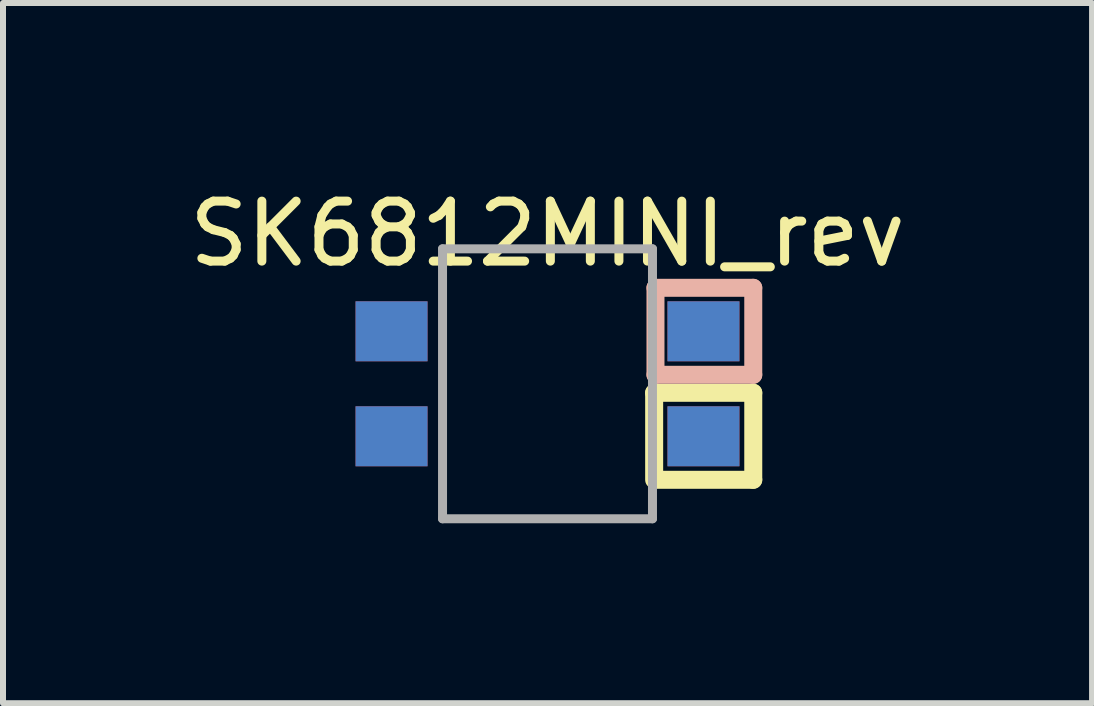
<source format=kicad_pcb>
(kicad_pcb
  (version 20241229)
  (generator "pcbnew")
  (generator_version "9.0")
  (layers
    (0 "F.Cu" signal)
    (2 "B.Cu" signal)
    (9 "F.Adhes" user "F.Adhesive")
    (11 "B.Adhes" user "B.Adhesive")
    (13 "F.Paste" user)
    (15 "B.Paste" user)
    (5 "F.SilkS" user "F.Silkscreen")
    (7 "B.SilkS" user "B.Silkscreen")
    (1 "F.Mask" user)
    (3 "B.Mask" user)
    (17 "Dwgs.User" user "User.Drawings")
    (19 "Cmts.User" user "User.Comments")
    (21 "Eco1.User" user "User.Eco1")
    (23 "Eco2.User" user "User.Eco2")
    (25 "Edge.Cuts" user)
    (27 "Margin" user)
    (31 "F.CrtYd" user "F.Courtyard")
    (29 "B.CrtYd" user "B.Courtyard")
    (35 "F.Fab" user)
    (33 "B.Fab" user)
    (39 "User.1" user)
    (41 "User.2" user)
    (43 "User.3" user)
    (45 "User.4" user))
  (footprint "SK6812MINI_rev"
    (layer "F.Cu")
    (at 6.077 3.348)
    (property "Reference" "SK6812MINI_rev" (at 0 -2.5 0) (layer "F.SilkS") (effects (font (size 1 1) (thickness 0.15))))
    (attr through_hole)
    (fp_line (start 1.778 0.15) (end 3.43 0.15) (stroke (width 0.3) (type solid)) (layer "F.SilkS"))
    (fp_line (start 1.778 1.6) (end 1.778 0.15) (stroke (width 0.3) (type solid)) (layer "F.SilkS"))
    (fp_line (start 3.43 0.15) (end 3.43 1.6) (stroke (width 0.3) (type solid)) (layer "F.SilkS"))
    (fp_line (start 3.43 1.6) (end 1.8 1.6) (stroke (width 0.3) (type solid)) (layer "F.SilkS"))
    (fp_line (start 1.8 -1.6) (end 3.43 -1.6) (stroke (width 0.3) (type solid)) (layer "B.SilkS"))
    (fp_line (start 1.8 -0.15) (end 1.8 -1.6) (stroke (width 0.3) (type solid)) (layer "B.SilkS"))
    (fp_line (start 3.43 -1.6) (end 3.43 -0.15) (stroke (width 0.3) (type solid)) (layer "B.SilkS"))
    (fp_line (start 3.43 -0.15) (end 1.8 -0.15) (stroke (width 0.3) (type solid)) (layer "B.SilkS"))
    (fp_line (start -1.75 -2.25) (end -1.75 2.25) (stroke (width 0.15) (type solid)) (layer "F.Fab"))
    (fp_line (start -1.75 -2.25) (end 1.75 -2.25) (stroke (width 0.15) (type solid)) (layer "F.Fab"))
    (fp_line (start 1.75 -2.25) (end 1.75 2.25) (stroke (width 0.15) (type solid)) (layer "F.Fab"))
    (fp_line (start 1.75 2.25) (end -1.75 2.25) (stroke (width 0.15) (type solid)) (layer "F.Fab"))
    (pad "1" smd rect (at -2.6 -0.875) (size 1.2 1) (layers "B.Cu" "B.Mask" "B.Paste"))
    (pad "1" smd rect (at -2.6 0.875) (size 1.2 1) (layers "F.Cu" "F.Mask" "F.Paste"))
    (pad "2" smd rect (at -2.6 -0.875) (size 1.2 1) (layers "F.Cu" "F.Mask" "F.Paste"))
    (pad "2" smd rect (at -2.6 0.875) (size 1.2 1) (layers "B.Cu" "B.Mask" "B.Paste"))
    (pad "3" smd rect (at 2.6 -0.875) (size 1.2 1) (layers "F.Cu" "F.Mask" "F.Paste"))
    (pad "3" smd rect (at 2.6 0.875) (size 1.2 1) (layers "B.Cu" "B.Mask" "B.Paste"))
    (pad "4" smd rect (at 2.6 -0.875) (size 1.2 1) (layers "B.Cu" "B.Mask" "B.Paste"))
    (pad "4" smd rect (at 2.6 0.875) (size 1.2 1) (layers "F.Cu" "F.Mask" "F.Paste")))
  (gr_rect
    (start -3 -3)
    (end 15.155 8.673)
    (stroke (width 0.1) (type default))
    (fill no)
    (layer "Edge.Cuts")))
</source>
